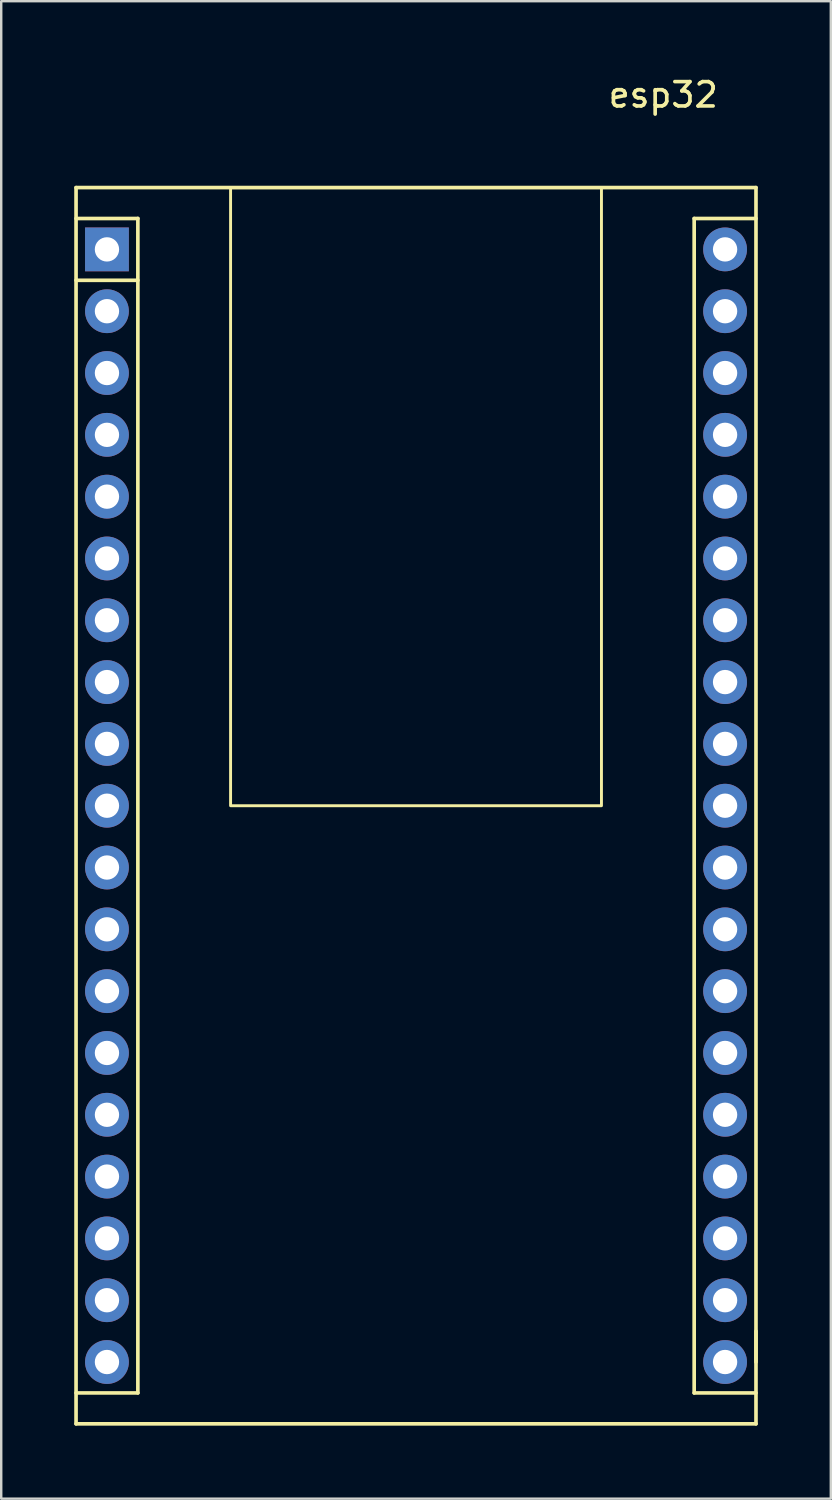
<source format=kicad_pcb>
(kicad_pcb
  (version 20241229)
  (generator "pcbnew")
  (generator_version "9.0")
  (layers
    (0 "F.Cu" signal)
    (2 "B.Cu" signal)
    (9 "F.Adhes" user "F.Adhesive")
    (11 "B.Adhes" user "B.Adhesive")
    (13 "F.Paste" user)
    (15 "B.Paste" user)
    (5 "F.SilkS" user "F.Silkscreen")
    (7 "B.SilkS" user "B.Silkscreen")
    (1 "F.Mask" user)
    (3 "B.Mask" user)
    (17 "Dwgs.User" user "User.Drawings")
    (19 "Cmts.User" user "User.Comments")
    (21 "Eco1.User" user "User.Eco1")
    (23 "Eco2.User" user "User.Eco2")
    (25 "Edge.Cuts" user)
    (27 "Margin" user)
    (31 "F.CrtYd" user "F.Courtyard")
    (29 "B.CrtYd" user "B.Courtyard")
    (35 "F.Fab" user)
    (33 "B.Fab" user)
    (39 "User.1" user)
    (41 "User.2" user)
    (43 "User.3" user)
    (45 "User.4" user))
  (footprint "esp32"
    (layer "F.Cu")
    (at 14.045 30.058)
    (property "Reference" "esp32" (at 10.16 -29.21 0) (layer "F.SilkS") (effects (font (size 1 1) (thickness 0.15))))
    (attr through_hole)
    (fp_line (start -13.97 -25.4) (end 13.97 -25.4) (stroke (width 0.15) (type solid)) (layer "F.SilkS"))
    (fp_line (start -13.97 -24.13) (end -11.43 -24.13) (stroke (width 0.15) (type solid)) (layer "F.SilkS"))
    (fp_line (start -13.97 25.4) (end -13.97 -25.4) (stroke (width 0.15) (type solid)) (layer "F.SilkS"))
    (fp_line (start -11.43 -24.13) (end -11.43 24.13) (stroke (width 0.15) (type solid)) (layer "F.SilkS"))
    (fp_line (start -11.43 -21.59) (end -13.97 -21.59) (stroke (width 0.15) (type solid)) (layer "F.SilkS"))
    (fp_line (start -11.43 24.13) (end -13.97 24.13) (stroke (width 0.15) (type solid)) (layer "F.SilkS"))
    (fp_line (start 11.43 -24.13) (end 13.97 -24.13) (stroke (width 0.15) (type solid)) (layer "F.SilkS"))
    (fp_line (start 11.43 24.13) (end 11.43 -24.13) (stroke (width 0.15) (type solid)) (layer "F.SilkS"))
    (fp_line (start 13.97 -25.4) (end 13.97 25.4) (stroke (width 0.15) (type solid)) (layer "F.SilkS"))
    (fp_line (start 13.97 21.59) (end 13.97 22.86) (stroke (width 0.15) (type solid)) (layer "F.SilkS"))
    (fp_line (start 13.97 24.13) (end 11.43 24.13) (stroke (width 0.15) (type solid)) (layer "F.SilkS"))
    (fp_line (start 13.97 25.4) (end -13.97 25.4) (stroke (width 0.15) (type solid)) (layer "F.SilkS"))
    (fp_rect (start -7.62 0) (end 7.62 -25.4) (stroke (width 0.12) (type solid)) (fill no) (layer "F.SilkS"))
    (pad "1" thru_hole rect (at -12.7 -22.86) (size 1.8 1.8) (drill 1) (layers "*.Cu" "*.Mask"))
    (pad "2" thru_hole circle (at -12.7 -20.32) (size 1.8 1.8) (drill 1) (layers "*.Cu" "*.Mask"))
    (pad "3" thru_hole circle (at -12.7 -17.78) (size 1.8 1.8) (drill 1) (layers "*.Cu" "*.Mask"))
    (pad "4" thru_hole circle (at -12.7 -15.24) (size 1.8 1.8) (drill 1) (layers "*.Cu" "*.Mask"))
    (pad "5" thru_hole circle (at -12.7 -12.7) (size 1.8 1.8) (drill 1) (layers "*.Cu" "*.Mask"))
    (pad "6" thru_hole circle (at -12.7 -10.16) (size 1.8 1.8) (drill 1) (layers "*.Cu" "*.Mask"))
    (pad "7" thru_hole circle (at -12.7 -7.62) (size 1.8 1.8) (drill 1) (layers "*.Cu" "*.Mask"))
    (pad "8" thru_hole circle (at -12.7 -5.08) (size 1.8 1.8) (drill 1) (layers "*.Cu" "*.Mask"))
    (pad "9" thru_hole circle (at -12.7 -2.54) (size 1.8 1.8) (drill 1) (layers "*.Cu" "*.Mask"))
    (pad "10" thru_hole circle (at -12.7 0) (size 1.8 1.8) (drill 1) (layers "*.Cu" "*.Mask"))
    (pad "11" thru_hole circle (at -12.7 2.54) (size 1.8 1.8) (drill 1) (layers "*.Cu" "*.Mask"))
    (pad "12" thru_hole circle (at -12.7 5.08) (size 1.8 1.8) (drill 1) (layers "*.Cu" "*.Mask"))
    (pad "13" thru_hole circle (at -12.7 7.62) (size 1.8 1.8) (drill 1) (layers "*.Cu" "*.Mask"))
    (pad "14" thru_hole circle (at -12.7 10.16) (size 1.8 1.8) (drill 1) (layers "*.Cu" "*.Mask"))
    (pad "15" thru_hole circle (at -12.7 12.7) (size 1.8 1.8) (drill 1) (layers "*.Cu" "*.Mask"))
    (pad "16" thru_hole circle (at -12.7 15.24) (size 1.8 1.8) (drill 1) (layers "*.Cu" "*.Mask"))
    (pad "17" thru_hole circle (at -12.7 17.78) (size 1.8 1.8) (drill 1) (layers "*.Cu" "*.Mask"))
    (pad "18" thru_hole circle (at -12.7 20.32) (size 1.8 1.8) (drill 1) (layers "*.Cu" "*.Mask"))
    (pad "19" thru_hole circle (at -12.7 22.86) (size 1.8 1.8) (drill 1) (layers "*.Cu" "*.Mask"))
    (pad "20" thru_hole circle (at 12.7 -22.86) (size 1.8 1.8) (drill 1) (layers "*.Cu" "*.Mask"))
    (pad "21" thru_hole circle (at 12.7 -20.32) (size 1.8 1.8) (drill 1) (layers "*.Cu" "*.Mask"))
    (pad "22" thru_hole circle (at 12.7 -17.78) (size 1.8 1.8) (drill 1) (layers "*.Cu" "*.Mask"))
    (pad "23" thru_hole circle (at 12.7 -15.24) (size 1.8 1.8) (drill 1) (layers "*.Cu" "*.Mask"))
    (pad "24" thru_hole circle (at 12.7 -12.7) (size 1.8 1.8) (drill 1) (layers "*.Cu" "*.Mask"))
    (pad "25" thru_hole circle (at 12.7 -10.16) (size 1.8 1.8) (drill 1) (layers "*.Cu" "*.Mask"))
    (pad "26" thru_hole circle (at 12.7 -7.62) (size 1.8 1.8) (drill 1) (layers "*.Cu" "*.Mask"))
    (pad "27" thru_hole circle (at 12.7 -5.08) (size 1.8 1.8) (drill 1) (layers "*.Cu" "*.Mask"))
    (pad "28" thru_hole circle (at 12.7 -2.54) (size 1.8 1.8) (drill 1) (layers "*.Cu" "*.Mask"))
    (pad "29" thru_hole circle (at 12.7 0) (size 1.8 1.8) (drill 1) (layers "*.Cu" "*.Mask"))
    (pad "30" thru_hole circle (at 12.7 2.54) (size 1.8 1.8) (drill 1) (layers "*.Cu" "*.Mask"))
    (pad "31" thru_hole circle (at 12.7 5.08) (size 1.8 1.8) (drill 1) (layers "*.Cu" "*.Mask"))
    (pad "32" thru_hole circle (at 12.7 7.62) (size 1.8 1.8) (drill 1) (layers "*.Cu" "*.Mask"))
    (pad "33" thru_hole circle (at 12.7 10.16) (size 1.8 1.8) (drill 1) (layers "*.Cu" "*.Mask"))
    (pad "34" thru_hole circle (at 12.7 12.7) (size 1.8 1.8) (drill 1) (layers "*.Cu" "*.Mask"))
    (pad "35" thru_hole circle (at 12.7 15.24) (size 1.8 1.8) (drill 1) (layers "*.Cu" "*.Mask"))
    (pad "36" thru_hole circle (at 12.7 17.78) (size 1.8 1.8) (drill 1) (layers "*.Cu" "*.Mask"))
    (pad "37" thru_hole circle (at 12.7 20.32) (size 1.8 1.8) (drill 1) (layers "*.Cu" "*.Mask"))
    (pad "38" thru_hole circle (at 12.7 22.86) (size 1.8 1.8) (drill 1) (layers "*.Cu" "*.Mask")))
  (gr_rect
    (start -3 -3)
    (end 31.09 58.533)
    (stroke (width 0.1) (type default))
    (fill no)
    (layer "Edge.Cuts")))
</source>
